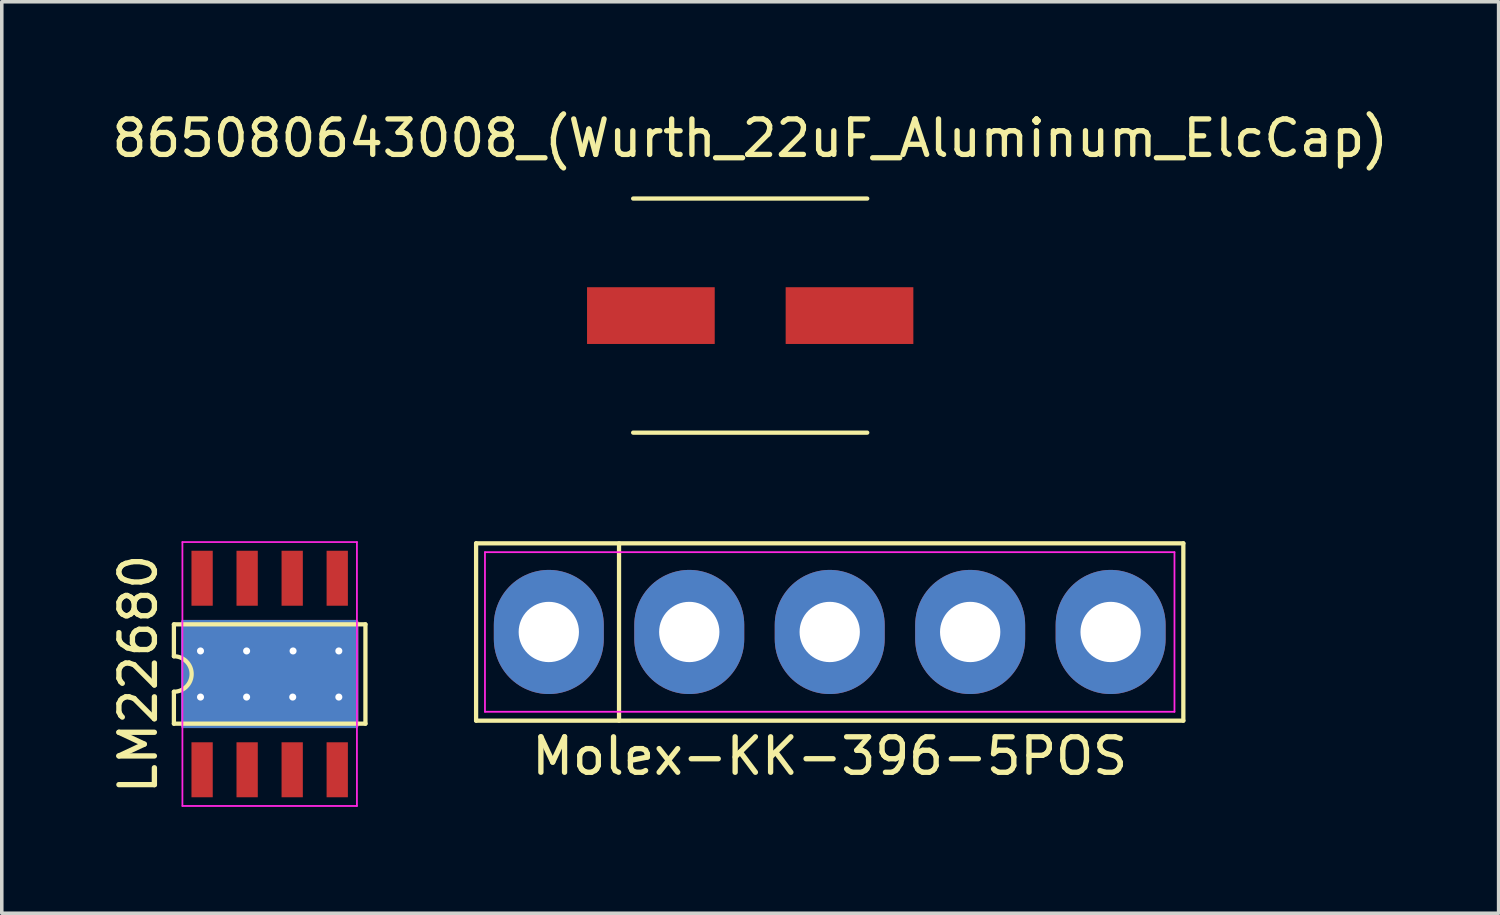
<source format=kicad_pcb>
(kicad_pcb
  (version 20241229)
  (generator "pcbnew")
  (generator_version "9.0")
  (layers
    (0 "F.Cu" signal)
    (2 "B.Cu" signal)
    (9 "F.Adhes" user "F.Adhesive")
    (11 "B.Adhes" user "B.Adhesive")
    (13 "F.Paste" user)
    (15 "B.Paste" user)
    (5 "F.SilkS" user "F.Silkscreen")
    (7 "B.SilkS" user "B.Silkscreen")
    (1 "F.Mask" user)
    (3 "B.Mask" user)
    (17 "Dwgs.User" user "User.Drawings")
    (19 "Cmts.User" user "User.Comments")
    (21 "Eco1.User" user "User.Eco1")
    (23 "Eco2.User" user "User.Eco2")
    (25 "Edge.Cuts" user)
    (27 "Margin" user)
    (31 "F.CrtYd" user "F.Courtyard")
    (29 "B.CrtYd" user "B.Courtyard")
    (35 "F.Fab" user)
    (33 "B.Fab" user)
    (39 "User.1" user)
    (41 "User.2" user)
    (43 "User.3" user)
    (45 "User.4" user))
  (footprint "Molex-KK-396-5POS"
    (layer "F.Cu")
    (at 20.343 14.768)
    (property "Reference" "Molex-KK-396-5POS" (at 0 3.5 0) (layer "F.SilkS") (effects (font (size 1 1) (thickness 0.15))))
    (attr through_hole)
    (fp_line (start -9.97 -2.5) (end 9.97 -2.5) (stroke (width 0.12) (type solid)) (layer "F.SilkS"))
    (fp_line (start -9.97 2.5) (end -9.97 -2.5) (stroke (width 0.12) (type solid)) (layer "F.SilkS"))
    (fp_line (start -5.94 -2.5) (end -5.94 2.5) (stroke (width 0.12) (type solid)) (layer "F.SilkS"))
    (fp_line (start 9.97 -2.5) (end 9.97 2.5) (stroke (width 0.12) (type solid)) (layer "F.SilkS"))
    (fp_line (start 9.97 2.5) (end -9.97 2.5) (stroke (width 0.12) (type solid)) (layer "F.SilkS"))
    (fp_line (start -9.72 -2.25) (end 9.72 -2.25) (stroke (width 0.05) (type solid)) (layer "F.CrtYd"))
    (fp_line (start -9.72 2.25) (end -9.72 -2.25) (stroke (width 0.05) (type solid)) (layer "F.CrtYd"))
    (fp_line (start 9.72 -2.25) (end 9.72 2.25) (stroke (width 0.05) (type solid)) (layer "F.CrtYd"))
    (fp_line (start 9.72 2.25) (end -9.72 2.25) (stroke (width 0.05) (type solid)) (layer "F.CrtYd"))
    (pad "1" thru_hole oval (at -7.92 0) (size 3.1 3.5) (drill 1.7) (layers "*.Cu" "*.Mask"))
    (pad "2" thru_hole oval (at -3.96 0) (size 3.1 3.5) (drill 1.7) (layers "*.Cu" "*.Mask"))
    (pad "3" thru_hole oval (at 0 0) (size 3.1 3.5) (drill 1.7) (layers "*.Cu" "*.Mask"))
    (pad "4" thru_hole oval (at 3.96 0) (size 3.1 3.5) (drill 1.7) (layers "*.Cu" "*.Mask"))
    (pad "5" thru_hole oval (at 7.92 0) (size 3.1 3.5) (drill 1.7) (layers "*.Cu" "*.Mask")))
  (footprint "865080643008_(Wurth_22uF_Aluminum_ElcCap)"
    (layer "F.Cu")
    (at 18.101 5.848)
    (property "Reference" "865080643008_(Wurth_22uF_Aluminum_ElcCap)" (at 0 -5 0) (layer "F.SilkS") (effects (font (size 1 1) (thickness 0.15))))
    (attr through_hole)
    (fp_line (start -3.3 -3.3) (end 3.3 -3.3) (stroke (width 0.12) (type solid)) (layer "F.SilkS"))
    (fp_line (start -3.3 3.3) (end 3.3 3.3) (stroke (width 0.12) (type solid)) (layer "F.SilkS"))
    (pad "1" smd rect (at -2.8 0) (size 3.6 1.6) (layers "F.Cu" "F.Mask" "F.Paste"))
    (pad "2" smd rect (at 2.8 0) (size 3.6 1.6) (layers "F.Cu" "F.Mask" "F.Paste")))
  (footprint "LM22680"
    (layer "F.Cu")
    (at 4.553 15.953)
    (property "Reference" "LM22680" (at -3.705 0 90) (layer "F.SilkS") (effects (font (size 1 1) (thickness 0.15))))
    (attr smd)
    (fp_line (start -2.7 -1.4) (end -2.7 -0.5) (stroke (width 0.12) (type solid)) (layer "F.SilkS"))
    (fp_line (start -2.7 -1.4) (end 2.7 -1.4) (stroke (width 0.12) (type solid)) (layer "F.SilkS"))
    (fp_line (start -2.7 0.5) (end -2.7 1.4) (stroke (width 0.12) (type solid)) (layer "F.SilkS"))
    (fp_line (start 2.7 -1.4) (end 2.7 1.4) (stroke (width 0.12) (type solid)) (layer "F.SilkS"))
    (fp_line (start 2.7 1.4) (end -2.7 1.4) (stroke (width 0.12) (type solid)) (layer "F.SilkS"))
    (fp_arc (start -2.7 -0.5) (mid -2.2 0) (end -2.7 0.5) (stroke (width 0.12) (type solid)) (layer "F.SilkS"))
    (fp_line (start -2.46 -3.72) (end 2.46 -3.72) (stroke (width 0.05) (type solid)) (layer "F.CrtYd"))
    (fp_line (start -2.46 3.72) (end -2.46 -3.72) (stroke (width 0.05) (type solid)) (layer "F.CrtYd"))
    (fp_line (start 2.46 -3.72) (end 2.46 3.72) (stroke (width 0.05) (type solid)) (layer "F.CrtYd"))
    (fp_line (start 2.46 3.72) (end -2.46 3.72) (stroke (width 0.05) (type solid)) (layer "F.CrtYd"))
    (pad "1" smd rect (at -1.905 2.7) (size 0.6 1.55) (layers "F.Cu" "F.Mask" "F.Paste"))
    (pad "2" smd rect (at -0.635 2.7) (size 0.6 1.55) (layers "F.Cu" "F.Mask" "F.Paste"))
    (pad "3" smd rect (at 0.635 2.7) (size 0.6 1.55) (layers "F.Cu" "F.Mask" "F.Paste"))
    (pad "4" smd rect (at 1.905 2.7) (size 0.6 1.55) (layers "F.Cu" "F.Mask" "F.Paste"))
    (pad "5" smd rect (at 1.905 -2.7) (size 0.6 1.55) (layers "F.Cu" "F.Mask" "F.Paste"))
    (pad "6" smd rect (at 0.635 -2.7) (size 0.6 1.55) (layers "F.Cu" "F.Mask" "F.Paste"))
    (pad "7" smd rect (at -0.635 -2.7) (size 0.6 1.55) (layers "F.Cu" "F.Mask" "F.Paste"))
    (pad "8" smd rect (at -1.905 -2.7) (size 0.6 1.55) (layers "F.Cu" "F.Mask" "F.Paste"))
    (pad "9" thru_hole circle (at -1.95 -0.65) (size 0.4 0.4) (drill 0.2) (layers "*.Cu"))
    (pad "9" thru_hole custom (at -1.95 0.65) (size 0.4 0.4) (drill 0.2) (layers "F.Cu") (options (anchor circle)) (primitives (gr_poly (pts (xy 4.4 0.825) (xy -0.5 0.825) (xy -0.5 -2.125) (xy 4.4 -2.125)) (width 0.1) (fill yes))))
    (pad "9" thru_hole circle (at -0.65 -0.65) (size 0.4 0.4) (drill 0.2) (layers "*.Cu"))
    (pad "9" thru_hole circle (at -0.65 0.65) (size 0.4 0.4) (drill 0.2) (layers "*.Cu"))
    (pad "9" smd rect (at 0 0) (size 3.4 2.71) (layers "F.Cu" "F.Mask" "F.Paste"))
    (pad "9" thru_hole circle (at 0.65 0.65) (size 0.4 0.4) (drill 0.2) (layers "*.Cu"))
    (pad "9" thru_hole circle (at 0.66 -0.65) (size 0.4 0.4) (drill 0.2) (layers "*.Cu"))
    (pad "9" thru_hole circle (at 1.95 -0.65) (size 0.4 0.4) (drill 0.2) (layers "*.Cu"))
    (pad "9" thru_hole circle (at 1.95 0.65) (size 0.4 0.4) (drill 0.2) (layers "*.Cu")))
  (gr_rect
    (start -3 -3)
    (end 39.202 22.698)
    (stroke (width 0.1) (type default))
    (fill no)
    (layer "Edge.Cuts")))
</source>
